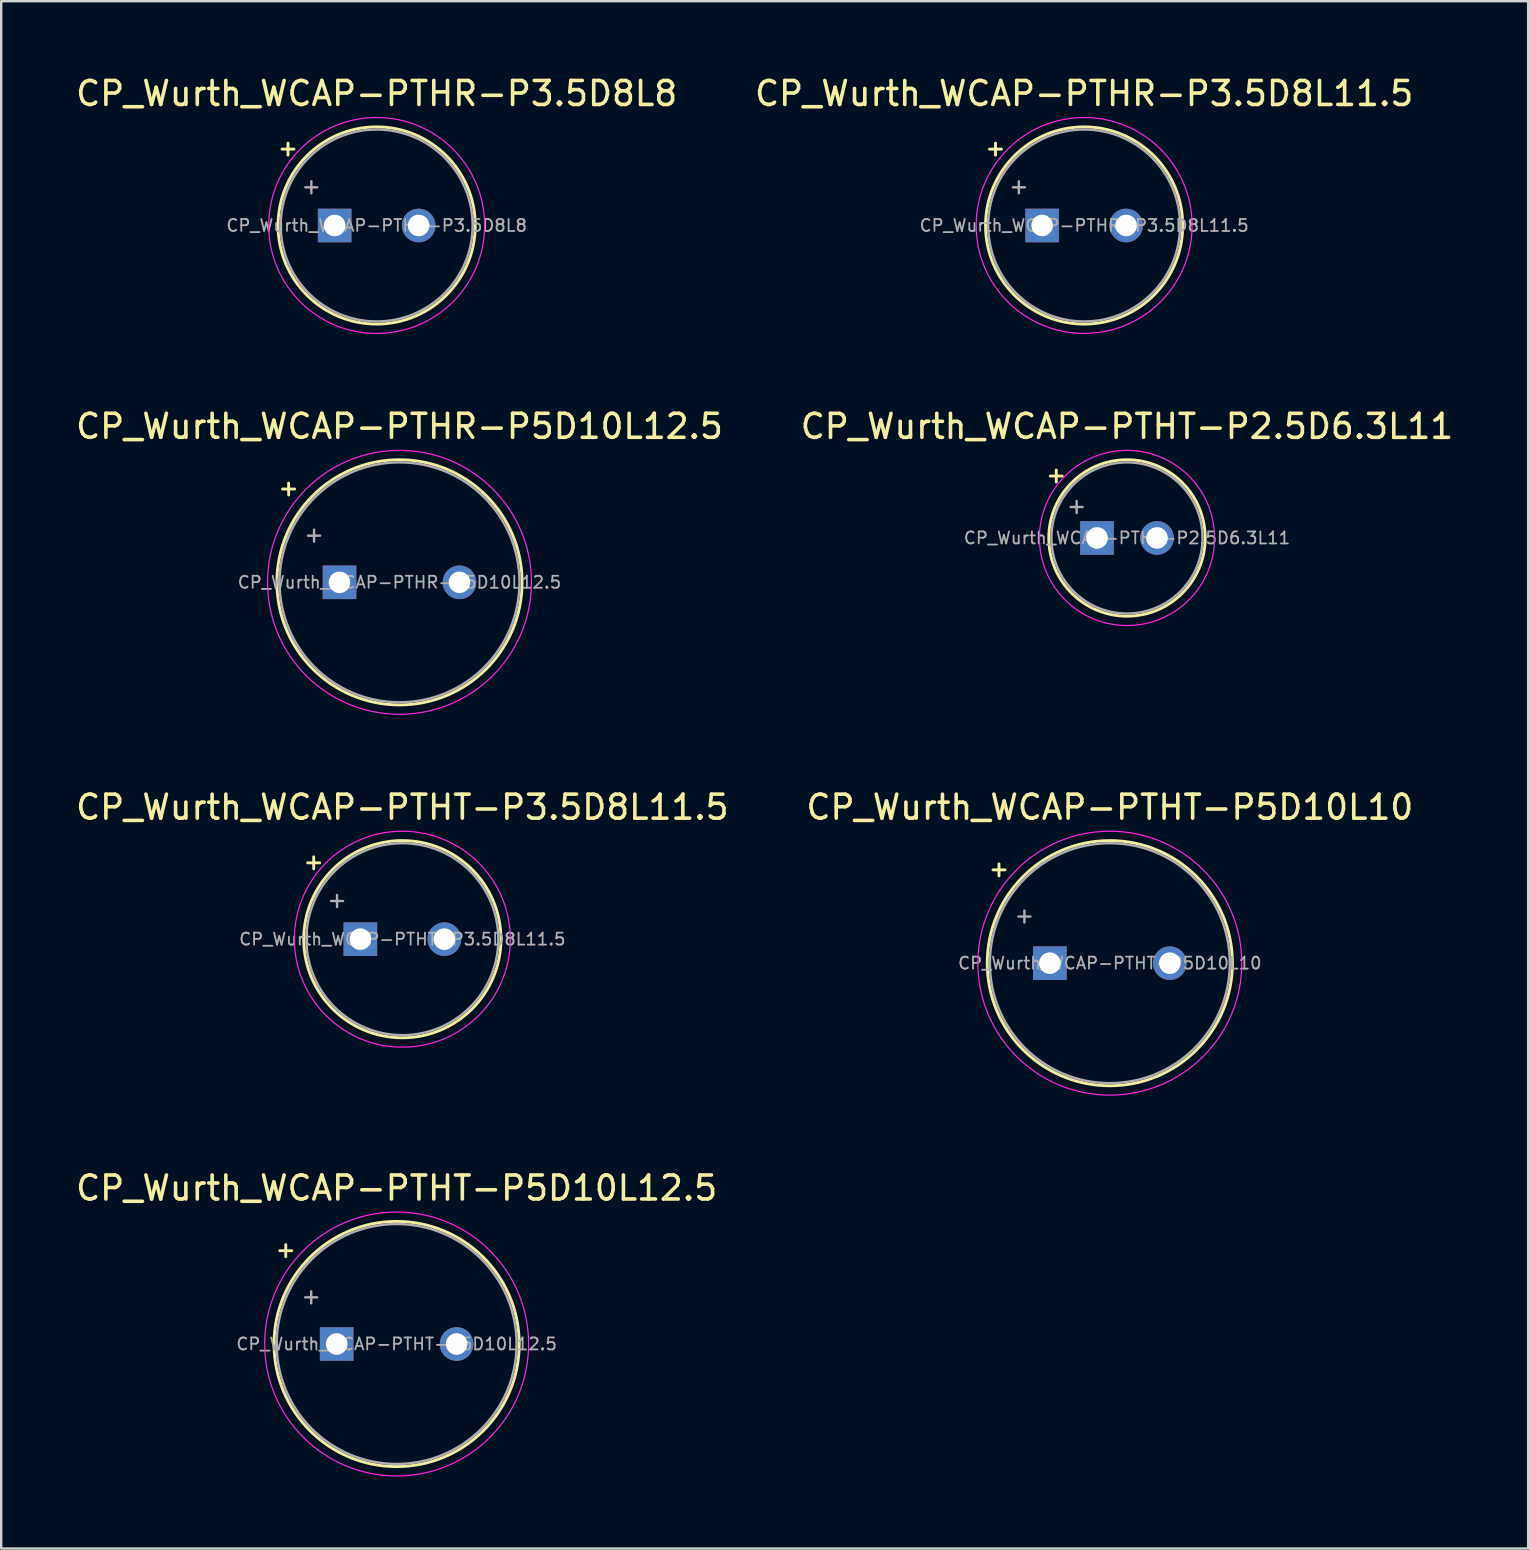
<source format=kicad_pcb>
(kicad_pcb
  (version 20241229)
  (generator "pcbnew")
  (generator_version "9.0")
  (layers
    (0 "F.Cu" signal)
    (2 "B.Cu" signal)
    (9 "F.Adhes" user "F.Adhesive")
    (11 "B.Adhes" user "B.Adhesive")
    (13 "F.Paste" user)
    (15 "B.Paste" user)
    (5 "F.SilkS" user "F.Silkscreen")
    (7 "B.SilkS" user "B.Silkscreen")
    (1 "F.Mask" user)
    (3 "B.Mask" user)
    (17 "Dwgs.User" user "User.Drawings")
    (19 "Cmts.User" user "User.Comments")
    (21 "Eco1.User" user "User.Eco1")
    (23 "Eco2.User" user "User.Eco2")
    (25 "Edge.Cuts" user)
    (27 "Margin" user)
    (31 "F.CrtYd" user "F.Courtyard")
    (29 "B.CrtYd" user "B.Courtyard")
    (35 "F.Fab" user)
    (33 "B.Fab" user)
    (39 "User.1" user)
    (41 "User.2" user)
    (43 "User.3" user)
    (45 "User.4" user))
  (footprint "CP_Wurth_WCAP-PTHT-P5D10L10"
    (layer "F.Cu")
    (at 40.708 37.095)
    (property "Reference" "CP_Wurth_WCAP-PTHT-P5D10L10" (at 2.5 -6.5 0) (unlocked yes) (layer "F.SilkS") (effects (font (size 1 1) (thickness 0.15))))
    (attr through_hole)
    (fp_line (start -2.371 -3.889) (end -1.871 -3.889) (stroke (width 0.12) (type solid)) (layer "F.SilkS"))
    (fp_line (start -2.121 -3.639) (end -2.121 -4.139) (stroke (width 0.12) (type solid)) (layer "F.SilkS"))
    (fp_circle (center 2.5 0) (end 7.61 0) (stroke (width 0.12) (type solid)) (fill no) (layer "F.SilkS"))
    (fp_circle (center 2.5 0) (end 8 0) (stroke (width 0.05) (type solid)) (fill no) (layer "F.CrtYd"))
    (fp_line (start -1.311 -1.945) (end -0.811 -1.945) (stroke (width 0.1) (type default)) (layer "F.Fab"))
    (fp_line (start -1.061 -1.695) (end -1.061 -2.195) (stroke (width 0.1) (type default)) (layer "F.Fab"))
    (fp_circle (center 2.5 0) (end 7.5 0) (stroke (width 0.1) (type solid)) (fill no) (layer "F.Fab"))
    (fp_text user "${REFERENCE}" (at 2.5 0 0) (unlocked yes) (layer "F.Fab") (effects (font (size 0.5 0.5) (thickness 0.075))))
    (pad "1" thru_hole rect (at 0 0) (size 1.4 1.4) (drill 0.9) (layers "*.Cu" "*.Mask"))
    (pad "2" thru_hole circle (at 5 0) (size 1.4 1.4) (drill 0.9) (layers "*.Cu" "*.Mask")))
  (footprint "CP_Wurth_WCAP-PTHR-P5D10L12.5"
    (layer "F.Cu")
    (at 11.101 21.221)
    (property "Reference" "CP_Wurth_WCAP-PTHR-P5D10L12.5" (at 2.5 -6.5 0) (unlocked yes) (layer "F.SilkS") (effects (font (size 1 1) (thickness 0.15))))
    (attr through_hole)
    (fp_line (start -2.371 -3.889) (end -1.871 -3.889) (stroke (width 0.12) (type solid)) (layer "F.SilkS"))
    (fp_line (start -2.121 -3.639) (end -2.121 -4.139) (stroke (width 0.12) (type solid)) (layer "F.SilkS"))
    (fp_circle (center 2.5 0) (end 7.61 0) (stroke (width 0.12) (type solid)) (fill no) (layer "F.SilkS"))
    (fp_circle (center 2.5 0) (end 8 0) (stroke (width 0.05) (type solid)) (fill no) (layer "F.CrtYd"))
    (fp_line (start -1.311 -1.945) (end -0.811 -1.945) (stroke (width 0.1) (type default)) (layer "F.Fab"))
    (fp_line (start -1.061 -1.695) (end -1.061 -2.195) (stroke (width 0.1) (type default)) (layer "F.Fab"))
    (fp_circle (center 2.5 0) (end 7.5 0) (stroke (width 0.1) (type solid)) (fill no) (layer "F.Fab"))
    (fp_text user "${REFERENCE}" (at 2.5 0 0) (unlocked yes) (layer "F.Fab") (effects (font (size 0.5 0.5) (thickness 0.075))))
    (pad "1" thru_hole rect (at 0 0) (size 1.4 1.4) (drill 0.9) (layers "*.Cu" "*.Mask"))
    (pad "2" thru_hole circle (at 5 0) (size 1.4 1.4) (drill 0.9) (layers "*.Cu" "*.Mask")))
  (footprint "CP_Wurth_WCAP-PTHR-P3.5D8L8"
    (layer "F.Cu")
    (at 10.899 6.348)
    (property "Reference" "CP_Wurth_WCAP-PTHR-P3.5D8L8" (at 1.75 -5.5 0) (unlocked yes) (layer "F.SilkS") (effects (font (size 1 1) (thickness 0.15))))
    (attr through_hole)
    (fp_line (start -2.195 -3.182) (end -1.695 -3.182) (stroke (width 0.12) (type solid)) (layer "F.SilkS"))
    (fp_line (start -1.945 -2.932) (end -1.945 -3.432) (stroke (width 0.12) (type solid)) (layer "F.SilkS"))
    (fp_circle (center 1.75 0) (end 5.86 0) (stroke (width 0.12) (type solid)) (fill no) (layer "F.SilkS"))
    (fp_circle (center 1.75 0) (end 6.25 0) (stroke (width 0.05) (type solid)) (fill no) (layer "F.CrtYd"))
    (fp_line (start -1.222 -1.591) (end -0.722 -1.591) (stroke (width 0.1) (type default)) (layer "F.Fab"))
    (fp_line (start -0.972 -1.341) (end -0.972 -1.841) (stroke (width 0.1) (type default)) (layer "F.Fab"))
    (fp_circle (center 1.75 0) (end 5.75 0) (stroke (width 0.1) (type solid)) (fill no) (layer "F.Fab"))
    (fp_text user "${REFERENCE}" (at 1.75 0 0) (unlocked yes) (layer "F.Fab") (effects (font (size 0.5 0.5) (thickness 0.075))))
    (pad "1" thru_hole rect (at 0 0) (size 1.4 1.4) (drill 0.9) (layers "*.Cu" "*.Mask"))
    (pad "2" thru_hole circle (at 3.5 0) (size 1.4 1.4) (drill 0.9) (layers "*.Cu" "*.Mask")))
  (footprint "CP_Wurth_WCAP-PTHT-P3.5D8L11.5"
    (layer "F.Cu")
    (at 11.97 36.095)
    (property "Reference" "CP_Wurth_WCAP-PTHT-P3.5D8L11.5" (at 1.75 -5.5 0) (unlocked yes) (layer "F.SilkS") (effects (font (size 1 1) (thickness 0.15))))
    (attr through_hole)
    (fp_line (start -2.195 -3.182) (end -1.695 -3.182) (stroke (width 0.12) (type solid)) (layer "F.SilkS"))
    (fp_line (start -1.945 -2.932) (end -1.945 -3.432) (stroke (width 0.12) (type solid)) (layer "F.SilkS"))
    (fp_circle (center 1.75 0) (end 5.86 0) (stroke (width 0.12) (type solid)) (fill no) (layer "F.SilkS"))
    (fp_circle (center 1.75 0) (end 6.25 0) (stroke (width 0.05) (type solid)) (fill no) (layer "F.CrtYd"))
    (fp_line (start -1.222 -1.591) (end -0.722 -1.591) (stroke (width 0.1) (type default)) (layer "F.Fab"))
    (fp_line (start -0.972 -1.341) (end -0.972 -1.841) (stroke (width 0.1) (type default)) (layer "F.Fab"))
    (fp_circle (center 1.75 0) (end 5.75 0) (stroke (width 0.1) (type solid)) (fill no) (layer "F.Fab"))
    (fp_text user "${REFERENCE}" (at 1.75 0 0) (unlocked yes) (layer "F.Fab") (effects (font (size 0.5 0.5) (thickness 0.075))))
    (pad "1" thru_hole rect (at 0 0) (size 1.4 1.4) (drill 0.9) (layers "*.Cu" "*.Mask"))
    (pad "2" thru_hole circle (at 3.5 0) (size 1.4 1.4) (drill 0.9) (layers "*.Cu" "*.Mask")))
  (footprint "CP_Wurth_WCAP-PTHR-P3.5D8L11.5"
    (layer "F.Cu")
    (at 40.387 6.348)
    (property "Reference" "CP_Wurth_WCAP-PTHR-P3.5D8L11.5" (at 1.75 -5.5 0) (unlocked yes) (layer "F.SilkS") (effects (font (size 1 1) (thickness 0.15))))
    (attr through_hole)
    (fp_line (start -2.195 -3.182) (end -1.695 -3.182) (stroke (width 0.12) (type solid)) (layer "F.SilkS"))
    (fp_line (start -1.945 -2.932) (end -1.945 -3.432) (stroke (width 0.12) (type solid)) (layer "F.SilkS"))
    (fp_circle (center 1.75 0) (end 5.86 0) (stroke (width 0.12) (type solid)) (fill no) (layer "F.SilkS"))
    (fp_circle (center 1.75 0) (end 6.25 0) (stroke (width 0.05) (type solid)) (fill no) (layer "F.CrtYd"))
    (fp_line (start -1.222 -1.591) (end -0.722 -1.591) (stroke (width 0.1) (type default)) (layer "F.Fab"))
    (fp_line (start -0.972 -1.341) (end -0.972 -1.841) (stroke (width 0.1) (type default)) (layer "F.Fab"))
    (fp_circle (center 1.75 0) (end 5.75 0) (stroke (width 0.1) (type solid)) (fill no) (layer "F.Fab"))
    (fp_text user "${REFERENCE}" (at 1.75 0 0) (unlocked yes) (layer "F.Fab") (effects (font (size 0.5 0.5) (thickness 0.075))))
    (pad "1" thru_hole rect (at 0 0) (size 1.4 1.4) (drill 0.9) (layers "*.Cu" "*.Mask"))
    (pad "2" thru_hole circle (at 3.5 0) (size 1.4 1.4) (drill 0.9) (layers "*.Cu" "*.Mask")))
  (footprint "CP_Wurth_WCAP-PTHT-P5D10L12.5"
    (layer "F.Cu")
    (at 10.982 52.968)
    (property "Reference" "CP_Wurth_WCAP-PTHT-P5D10L12.5" (at 2.5 -6.5 0) (unlocked yes) (layer "F.SilkS") (effects (font (size 1 1) (thickness 0.15))))
    (attr through_hole)
    (fp_line (start -2.371 -3.889) (end -1.871 -3.889) (stroke (width 0.12) (type solid)) (layer "F.SilkS"))
    (fp_line (start -2.121 -3.639) (end -2.121 -4.139) (stroke (width 0.12) (type solid)) (layer "F.SilkS"))
    (fp_circle (center 2.5 0) (end 7.61 0) (stroke (width 0.12) (type solid)) (fill no) (layer "F.SilkS"))
    (fp_circle (center 2.5 0) (end 8 0) (stroke (width 0.05) (type solid)) (fill no) (layer "F.CrtYd"))
    (fp_line (start -1.311 -1.945) (end -0.811 -1.945) (stroke (width 0.1) (type default)) (layer "F.Fab"))
    (fp_line (start -1.061 -1.695) (end -1.061 -2.195) (stroke (width 0.1) (type default)) (layer "F.Fab"))
    (fp_circle (center 2.5 0) (end 7.5 0) (stroke (width 0.1) (type solid)) (fill no) (layer "F.Fab"))
    (fp_text user "${REFERENCE}" (at 2.5 0 0) (unlocked yes) (layer "F.Fab") (effects (font (size 0.5 0.5) (thickness 0.075))))
    (pad "1" thru_hole rect (at 0 0) (size 1.4 1.4) (drill 0.9) (layers "*.Cu" "*.Mask"))
    (pad "2" thru_hole circle (at 5 0) (size 1.4 1.4) (drill 0.9) (layers "*.Cu" "*.Mask")))
  (footprint "CP_Wurth_WCAP-PTHT-P2.5D6.3L11"
    (layer "F.Cu")
    (at 42.673 19.372)
    (property "Reference" "CP_Wurth_WCAP-PTHT-P2.5D6.3L11" (at 1.25 -4.65 0) (unlocked yes) (layer "F.SilkS") (effects (font (size 1 1) (thickness 0.15))))
    (attr through_hole)
    (fp_line (start -1.947 -2.581) (end -1.447 -2.581) (stroke (width 0.12) (type solid)) (layer "F.SilkS"))
    (fp_line (start -1.697 -2.331) (end -1.697 -2.831) (stroke (width 0.12) (type solid)) (layer "F.SilkS"))
    (fp_circle (center 1.25 0) (end 4.51 0) (stroke (width 0.12) (type solid)) (fill no) (layer "F.SilkS"))
    (fp_circle (center 1.25 0) (end 4.9 0) (stroke (width 0.05) (type solid)) (fill no) (layer "F.CrtYd"))
    (fp_line (start -1.099 -1.29) (end -0.599 -1.29) (stroke (width 0.1) (type default)) (layer "F.Fab"))
    (fp_line (start -0.849 -1.04) (end -0.849 -1.54) (stroke (width 0.1) (type default)) (layer "F.Fab"))
    (fp_circle (center 1.25 0) (end 4.4 0) (stroke (width 0.1) (type solid)) (fill no) (layer "F.Fab"))
    (fp_text user "${REFERENCE}" (at 1.25 0 0) (unlocked yes) (layer "F.Fab") (effects (font (size 0.5 0.5) (thickness 0.075))))
    (pad "1" thru_hole rect (at 0 0) (size 1.4 1.4) (drill 0.9) (layers "*.Cu" "*.Mask"))
    (pad "2" thru_hole circle (at 2.5 0) (size 1.4 1.4) (drill 0.9) (layers "*.Cu" "*.Mask")))
  (gr_rect
    (start -3 -3)
    (end 60.643 61.493)
    (stroke (width 0.1) (type default))
    (fill no)
    (layer "Edge.Cuts")))
</source>
